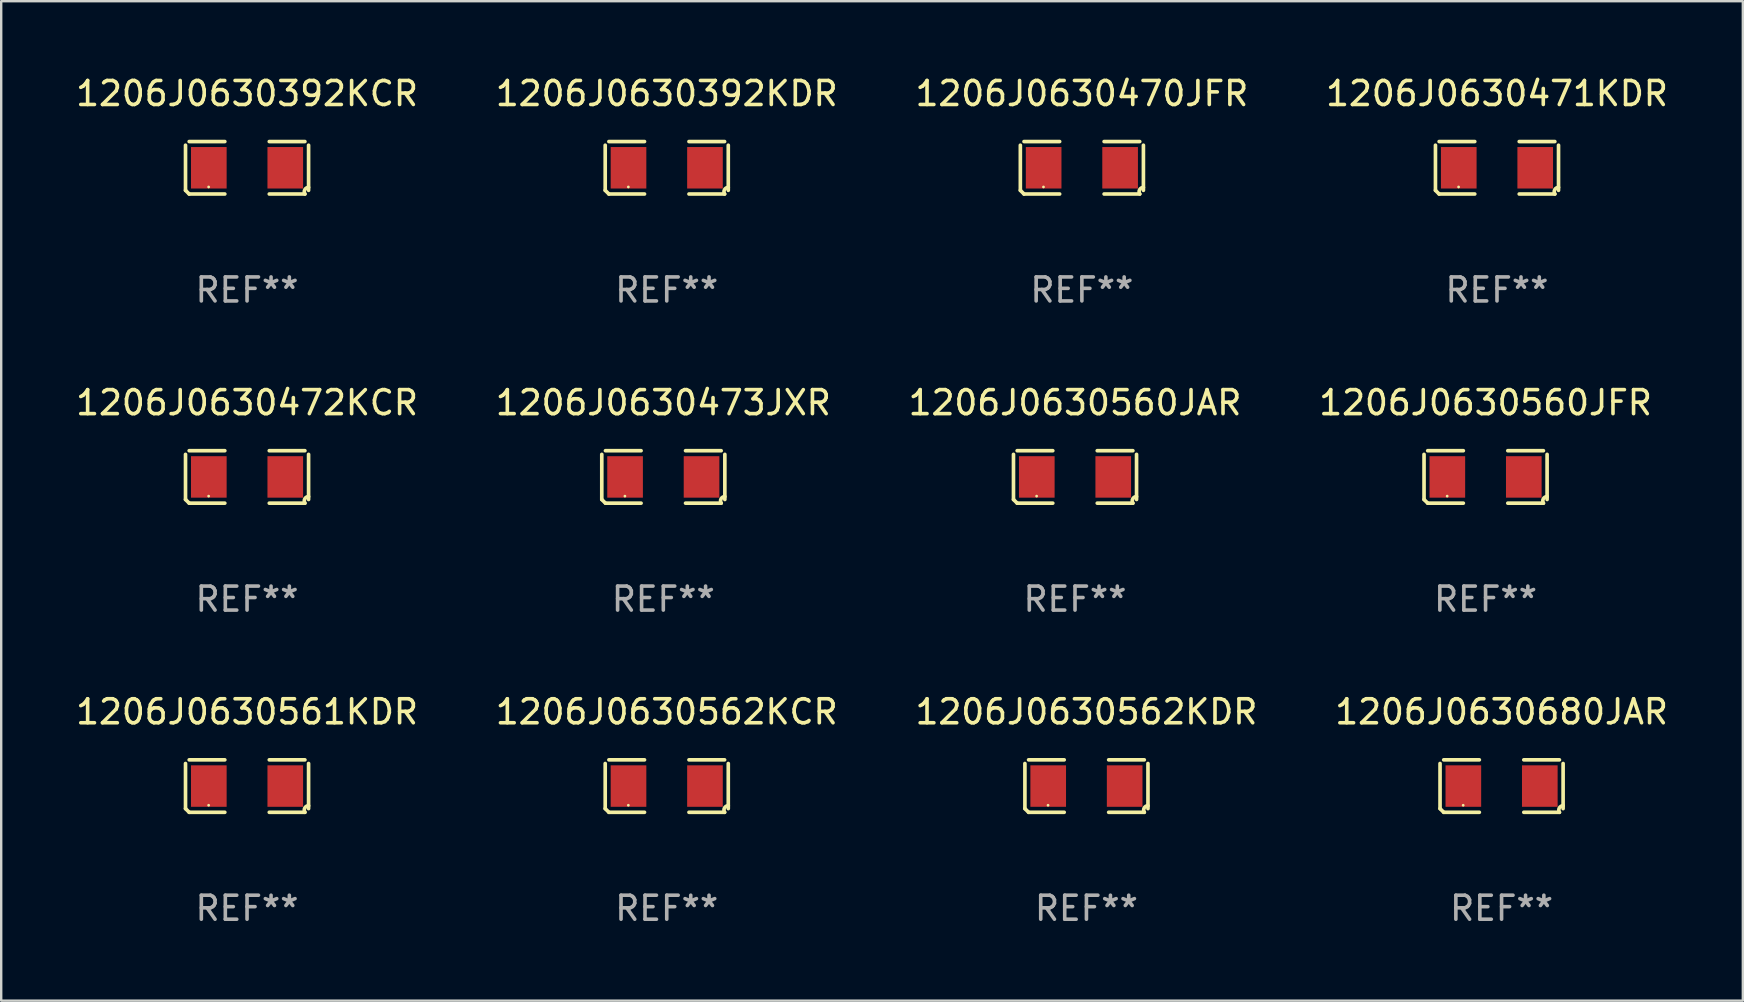
<source format=kicad_pcb>
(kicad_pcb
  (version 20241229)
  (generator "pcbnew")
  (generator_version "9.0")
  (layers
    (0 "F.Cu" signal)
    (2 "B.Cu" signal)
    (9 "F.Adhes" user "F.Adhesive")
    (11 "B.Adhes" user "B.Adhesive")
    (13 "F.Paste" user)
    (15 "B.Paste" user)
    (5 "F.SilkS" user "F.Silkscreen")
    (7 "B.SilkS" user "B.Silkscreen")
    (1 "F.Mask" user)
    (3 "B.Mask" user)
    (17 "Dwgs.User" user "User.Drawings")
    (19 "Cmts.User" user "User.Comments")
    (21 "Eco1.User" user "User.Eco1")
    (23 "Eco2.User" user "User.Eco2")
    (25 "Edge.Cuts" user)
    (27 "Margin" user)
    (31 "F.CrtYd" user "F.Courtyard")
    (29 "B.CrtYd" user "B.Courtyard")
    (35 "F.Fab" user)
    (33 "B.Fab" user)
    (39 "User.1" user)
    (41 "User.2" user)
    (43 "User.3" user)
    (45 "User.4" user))
  (footprint "1206J0630471KDR"
    (layer "F.Cu")
    (at 59.327 3.941)
    (property "Reference" "1206J0630471KDR" (at 0 -3.093 0) (layer "F.SilkS") (effects (font (size 1 1) (thickness 0.15))))
    (attr through_hole)
    (fp_line (start -2.564 0.94) (end -2.564 -0.94) (stroke (width 0.152) (type solid)) (layer "F.SilkS"))
    (fp_line (start -2.411 -1.093) (end -0.926 -1.093) (stroke (width 0.152) (type solid)) (layer "F.SilkS"))
    (fp_line (start -0.926 1.093) (end -2.411 1.093) (stroke (width 0.152) (type solid)) (layer "F.SilkS"))
    (fp_line (start 0.926 1.093) (end 2.411 1.093) (stroke (width 0.152) (type solid)) (layer "F.SilkS"))
    (fp_line (start 2.411 -1.093) (end 0.926 -1.093) (stroke (width 0.152) (type solid)) (layer "F.SilkS"))
    (fp_line (start 2.564 0.94) (end 2.564 -0.94) (stroke (width 0.152) (type solid)) (layer "F.SilkS"))
    (fp_arc (start -2.411201 1.092609) (mid -2.487413 1.01642) (end -2.563602 0.940208) (stroke (width 0.1524) (type solid)) (layer "F.SilkS"))
    (fp_arc (start 2.411201 1.092609) (mid 2.407159 0.911226) (end 2.563602 0.819347) (stroke (width 0.1524) (type solid)) (layer "F.SilkS"))
    (fp_circle (center -1.6 0.8) (end -1.57 0.8) (stroke (width 0.06) (type solid)) (fill no) (layer "F.SilkS"))
    (fp_text user "REF**" (at 0 5.093 0) (layer "F.Fab") (effects (font (size 1 1) (thickness 0.15))))
    (pad "1" smd rect (at -1.593 0) (size 1.485 1.728) (layers "F.Cu" "F.Mask" "F.Paste"))
    (pad "2" smd rect (at 1.593 0) (size 1.485 1.728) (layers "F.Cu" "F.Mask" "F.Paste")))
  (footprint "1206J0630470JFR"
    (layer "F.Cu")
    (at 42.03 3.941)
    (property "Reference" "1206J0630470JFR" (at 0 -3.093 0) (layer "F.SilkS") (effects (font (size 1 1) (thickness 0.15))))
    (attr through_hole)
    (fp_line (start -2.564 0.94) (end -2.564 -0.94) (stroke (width 0.152) (type solid)) (layer "F.SilkS"))
    (fp_line (start -2.411 -1.093) (end -0.926 -1.093) (stroke (width 0.152) (type solid)) (layer "F.SilkS"))
    (fp_line (start -0.926 1.093) (end -2.411 1.093) (stroke (width 0.152) (type solid)) (layer "F.SilkS"))
    (fp_line (start 0.926 1.093) (end 2.411 1.093) (stroke (width 0.152) (type solid)) (layer "F.SilkS"))
    (fp_line (start 2.411 -1.093) (end 0.926 -1.093) (stroke (width 0.152) (type solid)) (layer "F.SilkS"))
    (fp_line (start 2.564 0.94) (end 2.564 -0.94) (stroke (width 0.152) (type solid)) (layer "F.SilkS"))
    (fp_arc (start -2.411201 1.092609) (mid -2.487413 1.01642) (end -2.563602 0.940208) (stroke (width 0.1524) (type solid)) (layer "F.SilkS"))
    (fp_arc (start 2.411201 1.092609) (mid 2.407159 0.911226) (end 2.563602 0.819347) (stroke (width 0.1524) (type solid)) (layer "F.SilkS"))
    (fp_circle (center -1.6 0.8) (end -1.57 0.8) (stroke (width 0.06) (type solid)) (fill no) (layer "F.SilkS"))
    (fp_text user "REF**" (at 0 5.093 0) (layer "F.Fab") (effects (font (size 1 1) (thickness 0.15))))
    (pad "1" smd rect (at -1.593 0) (size 1.485 1.728) (layers "F.Cu" "F.Mask" "F.Paste"))
    (pad "2" smd rect (at 1.593 0) (size 1.485 1.728) (layers "F.Cu" "F.Mask" "F.Paste")))
  (footprint "1206J0630473JXR"
    (layer "F.Cu")
    (at 24.589 16.823)
    (property "Reference" "1206J0630473JXR" (at 0 -3.093 0) (layer "F.SilkS") (effects (font (size 1 1) (thickness 0.15))))
    (attr through_hole)
    (fp_line (start -2.564 0.94) (end -2.564 -0.94) (stroke (width 0.152) (type solid)) (layer "F.SilkS"))
    (fp_line (start -2.411 -1.093) (end -0.926 -1.093) (stroke (width 0.152) (type solid)) (layer "F.SilkS"))
    (fp_line (start -0.926 1.093) (end -2.411 1.093) (stroke (width 0.152) (type solid)) (layer "F.SilkS"))
    (fp_line (start 0.926 1.093) (end 2.411 1.093) (stroke (width 0.152) (type solid)) (layer "F.SilkS"))
    (fp_line (start 2.411 -1.093) (end 0.926 -1.093) (stroke (width 0.152) (type solid)) (layer "F.SilkS"))
    (fp_line (start 2.564 0.94) (end 2.564 -0.94) (stroke (width 0.152) (type solid)) (layer "F.SilkS"))
    (fp_arc (start -2.411201 1.092609) (mid -2.487413 1.01642) (end -2.563602 0.940208) (stroke (width 0.1524) (type solid)) (layer "F.SilkS"))
    (fp_arc (start 2.411201 1.092609) (mid 2.407159 0.911226) (end 2.563602 0.819347) (stroke (width 0.1524) (type solid)) (layer "F.SilkS"))
    (fp_circle (center -1.6 0.8) (end -1.57 0.8) (stroke (width 0.06) (type solid)) (fill no) (layer "F.SilkS"))
    (fp_text user "REF**" (at 0 5.093 0) (layer "F.Fab") (effects (font (size 1 1) (thickness 0.15))))
    (pad "1" smd rect (at -1.593 0) (size 1.485 1.728) (layers "F.Cu" "F.Mask" "F.Paste"))
    (pad "2" smd rect (at 1.593 0) (size 1.485 1.728) (layers "F.Cu" "F.Mask" "F.Paste")))
  (footprint "1206J0630562KDR"
    (layer "F.Cu")
    (at 42.22 29.704)
    (property "Reference" "1206J0630562KDR" (at 0 -3.093 0) (layer "F.SilkS") (effects (font (size 1 1) (thickness 0.15))))
    (attr through_hole)
    (fp_line (start -2.564 0.94) (end -2.564 -0.94) (stroke (width 0.152) (type solid)) (layer "F.SilkS"))
    (fp_line (start -2.411 -1.093) (end -0.926 -1.093) (stroke (width 0.152) (type solid)) (layer "F.SilkS"))
    (fp_line (start -0.926 1.093) (end -2.411 1.093) (stroke (width 0.152) (type solid)) (layer "F.SilkS"))
    (fp_line (start 0.926 1.093) (end 2.411 1.093) (stroke (width 0.152) (type solid)) (layer "F.SilkS"))
    (fp_line (start 2.411 -1.093) (end 0.926 -1.093) (stroke (width 0.152) (type solid)) (layer "F.SilkS"))
    (fp_line (start 2.564 0.94) (end 2.564 -0.94) (stroke (width 0.152) (type solid)) (layer "F.SilkS"))
    (fp_arc (start -2.411201 1.092609) (mid -2.487413 1.01642) (end -2.563602 0.940208) (stroke (width 0.1524) (type solid)) (layer "F.SilkS"))
    (fp_arc (start 2.411201 1.092609) (mid 2.407159 0.911226) (end 2.563602 0.819347) (stroke (width 0.1524) (type solid)) (layer "F.SilkS"))
    (fp_circle (center -1.6 0.8) (end -1.57 0.8) (stroke (width 0.06) (type solid)) (fill no) (layer "F.SilkS"))
    (fp_text user "REF**" (at 0 5.093 0) (layer "F.Fab") (effects (font (size 1 1) (thickness 0.15))))
    (pad "1" smd rect (at -1.593 0) (size 1.485 1.728) (layers "F.Cu" "F.Mask" "F.Paste"))
    (pad "2" smd rect (at 1.593 0) (size 1.485 1.728) (layers "F.Cu" "F.Mask" "F.Paste")))
  (footprint "1206J0630392KCR"
    (layer "F.Cu")
    (at 7.244 3.941)
    (property "Reference" "1206J0630392KCR" (at 0 -3.093 0) (layer "F.SilkS") (effects (font (size 1 1) (thickness 0.15))))
    (attr through_hole)
    (fp_line (start -2.564 0.94) (end -2.564 -0.94) (stroke (width 0.152) (type solid)) (layer "F.SilkS"))
    (fp_line (start -2.411 -1.093) (end -0.926 -1.093) (stroke (width 0.152) (type solid)) (layer "F.SilkS"))
    (fp_line (start -0.926 1.093) (end -2.411 1.093) (stroke (width 0.152) (type solid)) (layer "F.SilkS"))
    (fp_line (start 0.926 1.093) (end 2.411 1.093) (stroke (width 0.152) (type solid)) (layer "F.SilkS"))
    (fp_line (start 2.411 -1.093) (end 0.926 -1.093) (stroke (width 0.152) (type solid)) (layer "F.SilkS"))
    (fp_line (start 2.564 0.94) (end 2.564 -0.94) (stroke (width 0.152) (type solid)) (layer "F.SilkS"))
    (fp_arc (start -2.411201 1.092609) (mid -2.487413 1.01642) (end -2.563602 0.940208) (stroke (width 0.1524) (type solid)) (layer "F.SilkS"))
    (fp_arc (start 2.411201 1.092609) (mid 2.407159 0.911226) (end 2.563602 0.819347) (stroke (width 0.1524) (type solid)) (layer "F.SilkS"))
    (fp_circle (center -1.6 0.8) (end -1.57 0.8) (stroke (width 0.06) (type solid)) (fill no) (layer "F.SilkS"))
    (fp_text user "REF**" (at 0 5.093 0) (layer "F.Fab") (effects (font (size 1 1) (thickness 0.15))))
    (pad "1" smd rect (at -1.593 0) (size 1.485 1.728) (layers "F.Cu" "F.Mask" "F.Paste"))
    (pad "2" smd rect (at 1.593 0) (size 1.485 1.728) (layers "F.Cu" "F.Mask" "F.Paste")))
  (footprint "1206J0630680JAR"
    (layer "F.Cu")
    (at 59.518 29.704)
    (property "Reference" "1206J0630680JAR" (at 0 -3.093 0) (layer "F.SilkS") (effects (font (size 1 1) (thickness 0.15))))
    (attr through_hole)
    (fp_line (start -2.564 0.94) (end -2.564 -0.94) (stroke (width 0.152) (type solid)) (layer "F.SilkS"))
    (fp_line (start -2.411 -1.093) (end -0.926 -1.093) (stroke (width 0.152) (type solid)) (layer "F.SilkS"))
    (fp_line (start -0.926 1.093) (end -2.411 1.093) (stroke (width 0.152) (type solid)) (layer "F.SilkS"))
    (fp_line (start 0.926 1.093) (end 2.411 1.093) (stroke (width 0.152) (type solid)) (layer "F.SilkS"))
    (fp_line (start 2.411 -1.093) (end 0.926 -1.093) (stroke (width 0.152) (type solid)) (layer "F.SilkS"))
    (fp_line (start 2.564 0.94) (end 2.564 -0.94) (stroke (width 0.152) (type solid)) (layer "F.SilkS"))
    (fp_arc (start -2.411201 1.092609) (mid -2.487413 1.01642) (end -2.563602 0.940208) (stroke (width 0.1524) (type solid)) (layer "F.SilkS"))
    (fp_arc (start 2.411201 1.092609) (mid 2.407159 0.911226) (end 2.563602 0.819347) (stroke (width 0.1524) (type solid)) (layer "F.SilkS"))
    (fp_circle (center -1.6 0.8) (end -1.57 0.8) (stroke (width 0.06) (type solid)) (fill no) (layer "F.SilkS"))
    (fp_text user "REF**" (at 0 5.093 0) (layer "F.Fab") (effects (font (size 1 1) (thickness 0.15))))
    (pad "1" smd rect (at -1.593 0) (size 1.485 1.728) (layers "F.Cu" "F.Mask" "F.Paste"))
    (pad "2" smd rect (at 1.593 0) (size 1.485 1.728) (layers "F.Cu" "F.Mask" "F.Paste")))
  (footprint "1206J0630472KCR"
    (layer "F.Cu")
    (at 7.244 16.823)
    (property "Reference" "1206J0630472KCR" (at 0 -3.093 0) (layer "F.SilkS") (effects (font (size 1 1) (thickness 0.15))))
    (attr through_hole)
    (fp_line (start -2.564 0.94) (end -2.564 -0.94) (stroke (width 0.152) (type solid)) (layer "F.SilkS"))
    (fp_line (start -2.411 -1.093) (end -0.926 -1.093) (stroke (width 0.152) (type solid)) (layer "F.SilkS"))
    (fp_line (start -0.926 1.093) (end -2.411 1.093) (stroke (width 0.152) (type solid)) (layer "F.SilkS"))
    (fp_line (start 0.926 1.093) (end 2.411 1.093) (stroke (width 0.152) (type solid)) (layer "F.SilkS"))
    (fp_line (start 2.411 -1.093) (end 0.926 -1.093) (stroke (width 0.152) (type solid)) (layer "F.SilkS"))
    (fp_line (start 2.564 0.94) (end 2.564 -0.94) (stroke (width 0.152) (type solid)) (layer "F.SilkS"))
    (fp_arc (start -2.411201 1.092609) (mid -2.487413 1.01642) (end -2.563602 0.940208) (stroke (width 0.1524) (type solid)) (layer "F.SilkS"))
    (fp_arc (start 2.411201 1.092609) (mid 2.407159 0.911226) (end 2.563602 0.819347) (stroke (width 0.1524) (type solid)) (layer "F.SilkS"))
    (fp_circle (center -1.6 0.8) (end -1.57 0.8) (stroke (width 0.06) (type solid)) (fill no) (layer "F.SilkS"))
    (fp_text user "REF**" (at 0 5.093 0) (layer "F.Fab") (effects (font (size 1 1) (thickness 0.15))))
    (pad "1" smd rect (at -1.593 0) (size 1.485 1.728) (layers "F.Cu" "F.Mask" "F.Paste"))
    (pad "2" smd rect (at 1.593 0) (size 1.485 1.728) (layers "F.Cu" "F.Mask" "F.Paste")))
  (footprint "1206J0630560JAR"
    (layer "F.Cu")
    (at 41.744 16.823)
    (property "Reference" "1206J0630560JAR" (at 0 -3.093 0) (layer "F.SilkS") (effects (font (size 1 1) (thickness 0.15))))
    (attr through_hole)
    (fp_line (start -2.564 0.94) (end -2.564 -0.94) (stroke (width 0.152) (type solid)) (layer "F.SilkS"))
    (fp_line (start -2.411 -1.093) (end -0.926 -1.093) (stroke (width 0.152) (type solid)) (layer "F.SilkS"))
    (fp_line (start -0.926 1.093) (end -2.411 1.093) (stroke (width 0.152) (type solid)) (layer "F.SilkS"))
    (fp_line (start 0.926 1.093) (end 2.411 1.093) (stroke (width 0.152) (type solid)) (layer "F.SilkS"))
    (fp_line (start 2.411 -1.093) (end 0.926 -1.093) (stroke (width 0.152) (type solid)) (layer "F.SilkS"))
    (fp_line (start 2.564 0.94) (end 2.564 -0.94) (stroke (width 0.152) (type solid)) (layer "F.SilkS"))
    (fp_arc (start -2.411201 1.092609) (mid -2.487413 1.01642) (end -2.563602 0.940208) (stroke (width 0.1524) (type solid)) (layer "F.SilkS"))
    (fp_arc (start 2.411201 1.092609) (mid 2.407159 0.911226) (end 2.563602 0.819347) (stroke (width 0.1524) (type solid)) (layer "F.SilkS"))
    (fp_circle (center -1.6 0.8) (end -1.57 0.8) (stroke (width 0.06) (type solid)) (fill no) (layer "F.SilkS"))
    (fp_text user "REF**" (at 0 5.093 0) (layer "F.Fab") (effects (font (size 1 1) (thickness 0.15))))
    (pad "1" smd rect (at -1.593 0) (size 1.485 1.728) (layers "F.Cu" "F.Mask" "F.Paste"))
    (pad "2" smd rect (at 1.593 0) (size 1.485 1.728) (layers "F.Cu" "F.Mask" "F.Paste")))
  (footprint "1206J0630562KCR"
    (layer "F.Cu")
    (at 24.732 29.704)
    (property "Reference" "1206J0630562KCR" (at 0 -3.093 0) (layer "F.SilkS") (effects (font (size 1 1) (thickness 0.15))))
    (attr through_hole)
    (fp_line (start -2.564 0.94) (end -2.564 -0.94) (stroke (width 0.152) (type solid)) (layer "F.SilkS"))
    (fp_line (start -2.411 -1.093) (end -0.926 -1.093) (stroke (width 0.152) (type solid)) (layer "F.SilkS"))
    (fp_line (start -0.926 1.093) (end -2.411 1.093) (stroke (width 0.152) (type solid)) (layer "F.SilkS"))
    (fp_line (start 0.926 1.093) (end 2.411 1.093) (stroke (width 0.152) (type solid)) (layer "F.SilkS"))
    (fp_line (start 2.411 -1.093) (end 0.926 -1.093) (stroke (width 0.152) (type solid)) (layer "F.SilkS"))
    (fp_line (start 2.564 0.94) (end 2.564 -0.94) (stroke (width 0.152) (type solid)) (layer "F.SilkS"))
    (fp_arc (start -2.411201 1.092609) (mid -2.487413 1.01642) (end -2.563602 0.940208) (stroke (width 0.1524) (type solid)) (layer "F.SilkS"))
    (fp_arc (start 2.411201 1.092609) (mid 2.407159 0.911226) (end 2.563602 0.819347) (stroke (width 0.1524) (type solid)) (layer "F.SilkS"))
    (fp_circle (center -1.6 0.8) (end -1.57 0.8) (stroke (width 0.06) (type solid)) (fill no) (layer "F.SilkS"))
    (fp_text user "REF**" (at 0 5.093 0) (layer "F.Fab") (effects (font (size 1 1) (thickness 0.15))))
    (pad "1" smd rect (at -1.593 0) (size 1.485 1.728) (layers "F.Cu" "F.Mask" "F.Paste"))
    (pad "2" smd rect (at 1.593 0) (size 1.485 1.728) (layers "F.Cu" "F.Mask" "F.Paste")))
  (footprint "1206J0630560JFR"
    (layer "F.Cu")
    (at 58.851 16.823)
    (property "Reference" "1206J0630560JFR" (at 0 -3.093 0) (layer "F.SilkS") (effects (font (size 1 1) (thickness 0.15))))
    (attr through_hole)
    (fp_line (start -2.564 0.94) (end -2.564 -0.94) (stroke (width 0.152) (type solid)) (layer "F.SilkS"))
    (fp_line (start -2.411 -1.093) (end -0.926 -1.093) (stroke (width 0.152) (type solid)) (layer "F.SilkS"))
    (fp_line (start -0.926 1.093) (end -2.411 1.093) (stroke (width 0.152) (type solid)) (layer "F.SilkS"))
    (fp_line (start 0.926 1.093) (end 2.411 1.093) (stroke (width 0.152) (type solid)) (layer "F.SilkS"))
    (fp_line (start 2.411 -1.093) (end 0.926 -1.093) (stroke (width 0.152) (type solid)) (layer "F.SilkS"))
    (fp_line (start 2.564 0.94) (end 2.564 -0.94) (stroke (width 0.152) (type solid)) (layer "F.SilkS"))
    (fp_arc (start -2.411201 1.092609) (mid -2.487413 1.01642) (end -2.563602 0.940208) (stroke (width 0.1524) (type solid)) (layer "F.SilkS"))
    (fp_arc (start 2.411201 1.092609) (mid 2.407159 0.911226) (end 2.563602 0.819347) (stroke (width 0.1524) (type solid)) (layer "F.SilkS"))
    (fp_circle (center -1.6 0.8) (end -1.57 0.8) (stroke (width 0.06) (type solid)) (fill no) (layer "F.SilkS"))
    (fp_text user "REF**" (at 0 5.093 0) (layer "F.Fab") (effects (font (size 1 1) (thickness 0.15))))
    (pad "1" smd rect (at -1.593 0) (size 1.485 1.728) (layers "F.Cu" "F.Mask" "F.Paste"))
    (pad "2" smd rect (at 1.593 0) (size 1.485 1.728) (layers "F.Cu" "F.Mask" "F.Paste")))
  (footprint "1206J0630561KDR"
    (layer "F.Cu")
    (at 7.244 29.704)
    (property "Reference" "1206J0630561KDR" (at 0 -3.093 0) (layer "F.SilkS") (effects (font (size 1 1) (thickness 0.15))))
    (attr through_hole)
    (fp_line (start -2.564 0.94) (end -2.564 -0.94) (stroke (width 0.152) (type solid)) (layer "F.SilkS"))
    (fp_line (start -2.411 -1.093) (end -0.926 -1.093) (stroke (width 0.152) (type solid)) (layer "F.SilkS"))
    (fp_line (start -0.926 1.093) (end -2.411 1.093) (stroke (width 0.152) (type solid)) (layer "F.SilkS"))
    (fp_line (start 0.926 1.093) (end 2.411 1.093) (stroke (width 0.152) (type solid)) (layer "F.SilkS"))
    (fp_line (start 2.411 -1.093) (end 0.926 -1.093) (stroke (width 0.152) (type solid)) (layer "F.SilkS"))
    (fp_line (start 2.564 0.94) (end 2.564 -0.94) (stroke (width 0.152) (type solid)) (layer "F.SilkS"))
    (fp_arc (start -2.411201 1.092609) (mid -2.487413 1.01642) (end -2.563602 0.940208) (stroke (width 0.1524) (type solid)) (layer "F.SilkS"))
    (fp_arc (start 2.411201 1.092609) (mid 2.407159 0.911226) (end 2.563602 0.819347) (stroke (width 0.1524) (type solid)) (layer "F.SilkS"))
    (fp_circle (center -1.6 0.8) (end -1.57 0.8) (stroke (width 0.06) (type solid)) (fill no) (layer "F.SilkS"))
    (fp_text user "REF**" (at 0 5.093 0) (layer "F.Fab") (effects (font (size 1 1) (thickness 0.15))))
    (pad "1" smd rect (at -1.593 0) (size 1.485 1.728) (layers "F.Cu" "F.Mask" "F.Paste"))
    (pad "2" smd rect (at 1.593 0) (size 1.485 1.728) (layers "F.Cu" "F.Mask" "F.Paste")))
  (footprint "1206J0630392KDR"
    (layer "F.Cu")
    (at 24.732 3.941)
    (property "Reference" "1206J0630392KDR" (at 0 -3.093 0) (layer "F.SilkS") (effects (font (size 1 1) (thickness 0.15))))
    (attr through_hole)
    (fp_line (start -2.564 0.94) (end -2.564 -0.94) (stroke (width 0.152) (type solid)) (layer "F.SilkS"))
    (fp_line (start -2.411 -1.093) (end -0.926 -1.093) (stroke (width 0.152) (type solid)) (layer "F.SilkS"))
    (fp_line (start -0.926 1.093) (end -2.411 1.093) (stroke (width 0.152) (type solid)) (layer "F.SilkS"))
    (fp_line (start 0.926 1.093) (end 2.411 1.093) (stroke (width 0.152) (type solid)) (layer "F.SilkS"))
    (fp_line (start 2.411 -1.093) (end 0.926 -1.093) (stroke (width 0.152) (type solid)) (layer "F.SilkS"))
    (fp_line (start 2.564 0.94) (end 2.564 -0.94) (stroke (width 0.152) (type solid)) (layer "F.SilkS"))
    (fp_arc (start -2.411201 1.092609) (mid -2.487413 1.01642) (end -2.563602 0.940208) (stroke (width 0.1524) (type solid)) (layer "F.SilkS"))
    (fp_arc (start 2.411201 1.092609) (mid 2.407159 0.911226) (end 2.563602 0.819347) (stroke (width 0.1524) (type solid)) (layer "F.SilkS"))
    (fp_circle (center -1.6 0.8) (end -1.57 0.8) (stroke (width 0.06) (type solid)) (fill no) (layer "F.SilkS"))
    (fp_text user "REF**" (at 0 5.093 0) (layer "F.Fab") (effects (font (size 1 1) (thickness 0.15))))
    (pad "1" smd rect (at -1.593 0) (size 1.485 1.728) (layers "F.Cu" "F.Mask" "F.Paste"))
    (pad "2" smd rect (at 1.593 0) (size 1.485 1.728) (layers "F.Cu" "F.Mask" "F.Paste")))
  (gr_rect
    (start -3 -3)
    (end 69.571 38.645)
    (stroke (width 0.1) (type default))
    (fill no)
    (layer "Edge.Cuts")))
</source>
